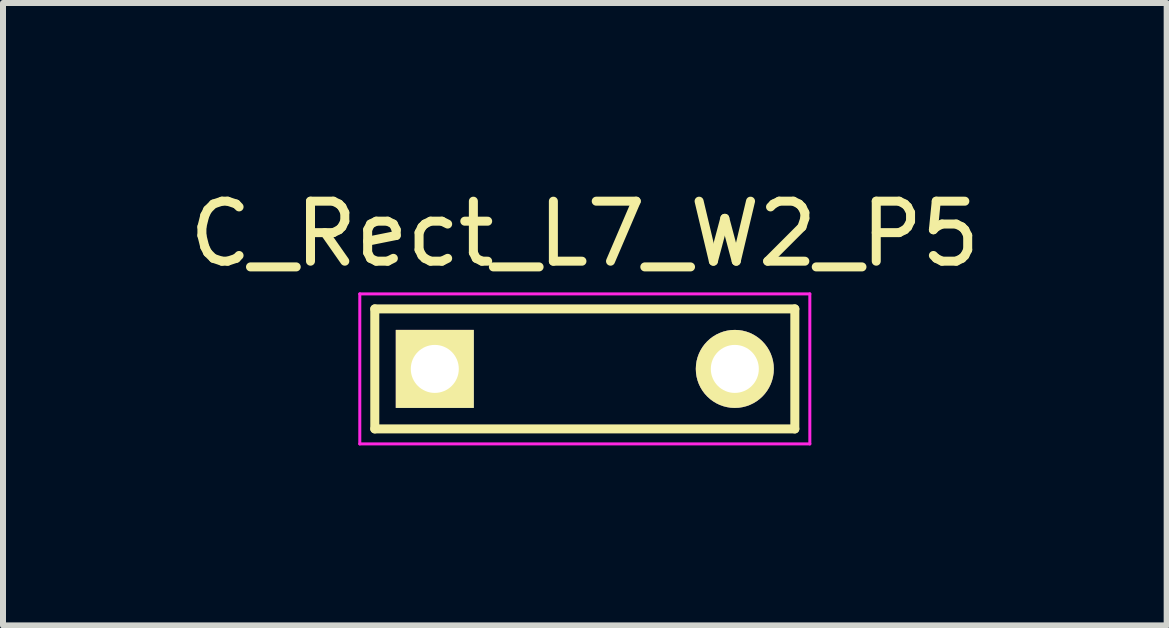
<source format=kicad_pcb>
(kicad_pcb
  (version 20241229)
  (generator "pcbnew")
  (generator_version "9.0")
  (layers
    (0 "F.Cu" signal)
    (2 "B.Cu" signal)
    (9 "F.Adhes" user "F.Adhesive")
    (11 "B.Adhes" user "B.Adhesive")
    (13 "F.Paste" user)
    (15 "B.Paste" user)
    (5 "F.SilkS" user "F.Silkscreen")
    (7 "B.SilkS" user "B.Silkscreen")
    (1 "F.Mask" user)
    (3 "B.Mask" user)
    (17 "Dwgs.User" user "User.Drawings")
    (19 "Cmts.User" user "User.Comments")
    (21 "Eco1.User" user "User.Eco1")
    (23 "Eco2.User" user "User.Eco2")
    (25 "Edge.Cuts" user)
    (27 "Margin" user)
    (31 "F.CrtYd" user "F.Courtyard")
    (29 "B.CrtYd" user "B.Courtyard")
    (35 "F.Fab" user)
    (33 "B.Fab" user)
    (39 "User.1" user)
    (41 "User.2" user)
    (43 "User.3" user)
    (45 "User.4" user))
  (footprint "C_Rect_L7_W2_P5"
    (layer "F.Cu")
    (at 4.196 3.098)
    (property "Reference" "C_Rect_L7_W2_P5" (at 2.5 -2.25 0) (layer "F.SilkS") (effects (font (size 1 1) (thickness 0.15))))
    (attr through_hole)
    (fp_line (start -1 -1) (end 6 -1) (stroke (width 0.15) (type solid)) (layer "F.SilkS"))
    (fp_line (start -1 1) (end -1 -1) (stroke (width 0.15) (type solid)) (layer "F.SilkS"))
    (fp_line (start 6 -1) (end 6 1) (stroke (width 0.15) (type solid)) (layer "F.SilkS"))
    (fp_line (start 6 1) (end -1 1) (stroke (width 0.15) (type solid)) (layer "F.SilkS"))
    (fp_line (start -1.25 -1.25) (end 6.25 -1.25) (stroke (width 0.05) (type solid)) (layer "F.CrtYd"))
    (fp_line (start -1.25 1.25) (end -1.25 -1.25) (stroke (width 0.05) (type solid)) (layer "F.CrtYd"))
    (fp_line (start 6.25 -1.25) (end 6.25 1.25) (stroke (width 0.05) (type solid)) (layer "F.CrtYd"))
    (fp_line (start 6.25 1.25) (end -1.25 1.25) (stroke (width 0.05) (type solid)) (layer "F.CrtYd"))
    (pad "1" thru_hole rect (at 0 0) (size 1.3 1.3) (drill 0.8) (layers "*.Cu" "*.Mask" "F.SilkS"))
    (pad "2" thru_hole circle (at 5 0) (size 1.3 1.3) (drill 0.8) (layers "*.Cu" "*.Mask" "F.SilkS")))
  (gr_rect
    (start -3 -3)
    (end 16.393 7.373)
    (stroke (width 0.1) (type default))
    (fill no)
    (layer "Edge.Cuts")))
</source>
